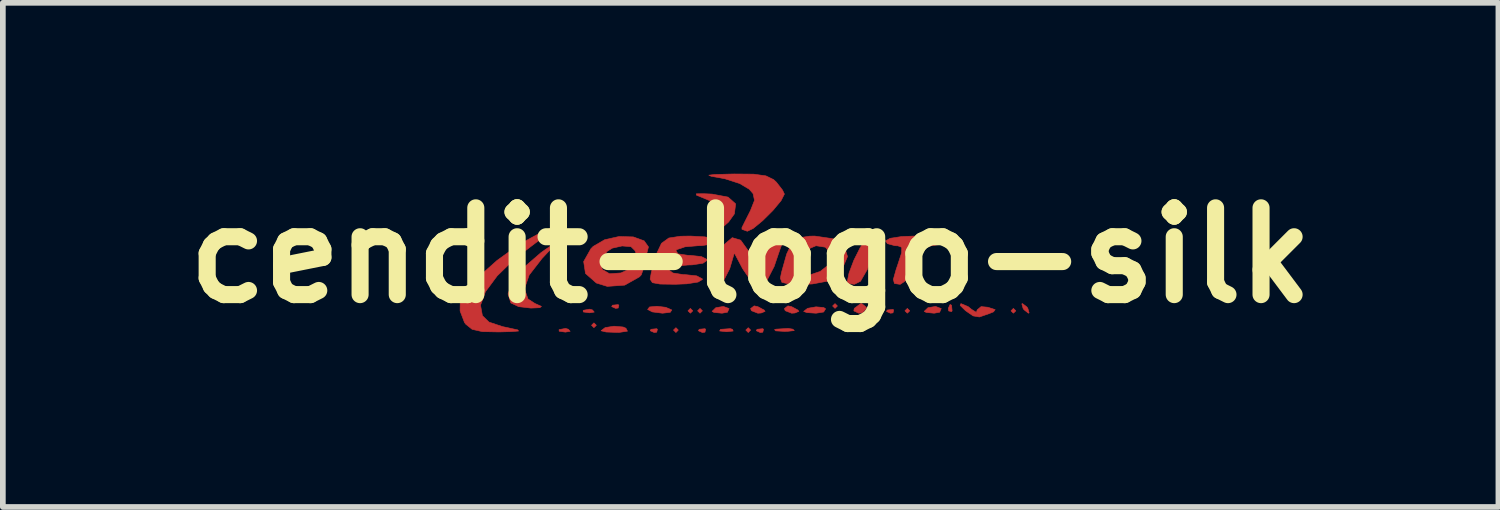
<source format=kicad_pcb>
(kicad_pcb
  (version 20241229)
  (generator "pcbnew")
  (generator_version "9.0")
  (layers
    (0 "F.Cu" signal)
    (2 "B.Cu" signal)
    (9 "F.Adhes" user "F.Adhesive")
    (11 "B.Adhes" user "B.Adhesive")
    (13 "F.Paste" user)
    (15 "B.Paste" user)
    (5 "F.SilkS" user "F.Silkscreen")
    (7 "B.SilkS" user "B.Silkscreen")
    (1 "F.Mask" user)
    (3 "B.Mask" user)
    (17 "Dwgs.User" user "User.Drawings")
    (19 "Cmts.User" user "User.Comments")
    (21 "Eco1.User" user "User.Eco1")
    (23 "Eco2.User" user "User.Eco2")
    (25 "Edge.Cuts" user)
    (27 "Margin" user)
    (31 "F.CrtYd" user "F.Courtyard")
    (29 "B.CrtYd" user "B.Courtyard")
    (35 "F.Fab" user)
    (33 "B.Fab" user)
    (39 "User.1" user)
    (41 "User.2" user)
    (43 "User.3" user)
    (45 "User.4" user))
  (footprint "cendit-logo-silk"
    (layer "F.Cu")
    (at 10.131 1.434)
    (property "Reference" "cendit-logo-silk" (at 0 0 0) (layer "F.SilkS") (effects (font (size 1.524 1.524) (thickness 0.3))))
    (attr through_hole)
    (fp_poly (pts (xy -2.709 1.228) (xy -2.752 1.27) (xy -2.794 1.228) (xy -2.752 1.185) (xy -2.709 1.228)) (stroke (width 0.01) (type solid)) (fill yes) (layer "F.Cu"))
    (fp_poly (pts (xy -1.27 1.312) (xy -1.312 1.355) (xy -1.355 1.312) (xy -1.312 1.27) (xy -1.27 1.312)) (stroke (width 0.01) (type solid)) (fill yes) (layer "F.Cu"))
    (fp_poly (pts (xy -1.016 0.974) (xy -1.058 1.016) (xy -1.101 0.974) (xy -1.058 0.931) (xy -1.016 0.974)) (stroke (width 0.01) (type solid)) (fill yes) (layer "F.Cu"))
    (fp_poly (pts (xy -0.847 0.974) (xy -0.889 1.016) (xy -0.931 0.974) (xy -0.889 0.931) (xy -0.847 0.974)) (stroke (width 0.01) (type solid)) (fill yes) (layer "F.Cu"))
    (fp_poly (pts (xy 0 1.312) (xy -0.042 1.355) (xy -0.085 1.312) (xy -0.042 1.27) (xy 0 1.312)) (stroke (width 0.01) (type solid)) (fill yes) (layer "F.Cu"))
    (fp_poly (pts (xy 1.524 0.889) (xy 1.482 0.931) (xy 1.439 0.889) (xy 1.482 0.847) (xy 1.524 0.889)) (stroke (width 0.01) (type solid)) (fill yes) (layer "F.Cu"))
    (fp_poly (pts (xy 2.794 0.974) (xy 2.752 1.016) (xy 2.709 0.974) (xy 2.752 0.931) (xy 2.794 0.974)) (stroke (width 0.01) (type solid)) (fill yes) (layer "F.Cu"))
    (fp_poly (pts (xy 4.657 0.974) (xy 4.614 1.016) (xy 4.572 0.974) (xy 4.614 0.931) (xy 4.657 0.974)) (stroke (width 0.01) (type solid)) (fill yes) (layer "F.Cu"))
    (fp_poly (pts (xy -3.201 1.297) (xy -3.169 1.334) (xy -3.253 1.348) (xy -3.362 1.332) (xy -3.364 1.304) (xy -3.25 1.283) (xy -3.201 1.297)) (stroke (width 0.01) (type solid)) (fill yes) (layer "F.Cu"))
    (fp_poly (pts (xy -2.778 0.958) (xy -2.746 0.996) (xy -2.829 1.009) (xy -2.939 0.994) (xy -2.94 0.965) (xy -2.827 0.945) (xy -2.778 0.958)) (stroke (width 0.01) (type solid)) (fill yes) (layer "F.Cu"))
    (fp_poly (pts (xy -2.314 0.875) (xy -2.326 0.925) (xy -2.371 0.931) (xy -2.44 0.9) (xy -2.427 0.875) (xy -2.327 0.865) (xy -2.314 0.875)) (stroke (width 0.01) (type solid)) (fill yes) (layer "F.Cu"))
    (fp_poly (pts (xy -1.637 1.298) (xy -1.649 1.349) (xy -1.693 1.355) (xy -1.763 1.324) (xy -1.75 1.298) (xy -1.649 1.288) (xy -1.637 1.298)) (stroke (width 0.01) (type solid)) (fill yes) (layer "F.Cu"))
    (fp_poly (pts (xy -0.79 1.298) (xy -0.802 1.349) (xy -0.847 1.355) (xy -0.916 1.324) (xy -0.903 1.298) (xy -0.803 1.288) (xy -0.79 1.298)) (stroke (width 0.01) (type solid)) (fill yes) (layer "F.Cu"))
    (fp_poly (pts (xy -0.318 1.299) (xy -0.307 1.329) (xy -0.423 1.341) (xy -0.544 1.328) (xy -0.529 1.299) (xy -0.356 1.287) (xy -0.318 1.299)) (stroke (width 0.01) (type solid)) (fill yes) (layer "F.Cu"))
    (fp_poly (pts (xy 0.226 1.298) (xy 0.214 1.349) (xy 0.169 1.355) (xy 0.1 1.324) (xy 0.113 1.298) (xy 0.213 1.288) (xy 0.226 1.298)) (stroke (width 0.01) (type solid)) (fill yes) (layer "F.Cu"))
    (fp_poly (pts (xy 2.512 0.96) (xy 2.5 1.01) (xy 2.455 1.016) (xy 2.386 0.985) (xy 2.399 0.96) (xy 2.499 0.949) (xy 2.512 0.96)) (stroke (width 0.01) (type solid)) (fill yes) (layer "F.Cu"))
    (fp_poly (pts (xy 3.528 0.875) (xy 3.538 0.975) (xy 3.528 0.988) (xy 3.477 0.976) (xy 3.471 0.931) (xy 3.502 0.862) (xy 3.528 0.875)) (stroke (width 0.01) (type solid)) (fill yes) (layer "F.Cu"))
    (fp_poly (pts (xy -0.379 0.934) (xy -0.379 0.935) (xy -0.407 0.999) (xy -0.503 1.016) (xy -0.644 1.002) (xy -0.677 0.983) (xy -0.611 0.919) (xy -0.478 0.897) (xy -0.379 0.934)) (stroke (width 0.01) (type solid)) (fill yes) (layer "F.Cu"))
    (fp_poly (pts (xy 0.127 0.901) (xy 0.238 0.961) (xy 0.254 0.983) (xy 0.185 1.012) (xy 0.127 1.016) (xy 0.014 0.972) (xy 0 0.934) (xy 0.062 0.887) (xy 0.127 0.901)) (stroke (width 0.01) (type solid)) (fill yes) (layer "F.Cu"))
    (fp_poly (pts (xy 0.72 0.901) (xy 0.831 0.961) (xy 0.847 0.983) (xy 0.778 1.012) (xy 0.72 1.016) (xy 0.607 0.972) (xy 0.593 0.934) (xy 0.655 0.887) (xy 0.72 0.901)) (stroke (width 0.01) (type solid)) (fill yes) (layer "F.Cu"))
    (fp_poly (pts (xy 0.741 1.296) (xy 0.767 1.321) (xy 0.65 1.334) (xy 0.593 1.335) (xy 0.439 1.326) (xy 0.42 1.304) (xy 0.445 1.296) (xy 0.659 1.283) (xy 0.741 1.296)) (stroke (width 0.01) (type solid)) (fill yes) (layer "F.Cu"))
    (fp_poly (pts (xy 1.283 0.916) (xy 1.317 0.939) (xy 1.282 0.995) (xy 1.148 1.016) (xy 0.986 1.005) (xy 0.931 0.984) (xy 1 0.93) (xy 1.148 0.904) (xy 1.283 0.916)) (stroke (width 0.01) (type solid)) (fill yes) (layer "F.Cu"))
    (fp_poly (pts (xy 2.03 0.911) (xy 2.032 0.931) (xy 1.963 1.006) (xy 1.9 1.016) (xy 1.812 0.975) (xy 1.82 0.931) (xy 1.929 0.85) (xy 1.952 0.847) (xy 2.03 0.911)) (stroke (width 0.01) (type solid)) (fill yes) (layer "F.Cu"))
    (fp_poly (pts (xy 3.346 0.934) (xy 3.347 0.935) (xy 3.319 0.999) (xy 3.222 1.016) (xy 3.082 1.002) (xy 3.048 0.983) (xy 3.115 0.919) (xy 3.248 0.897) (xy 3.346 0.934)) (stroke (width 0.01) (type solid)) (fill yes) (layer "F.Cu"))
    (fp_poly (pts (xy 4.851 0.906) (xy 4.868 0.931) (xy 4.89 1.01) (xy 4.878 1.016) (xy 4.801 0.956) (xy 4.784 0.931) (xy 4.762 0.852) (xy 4.774 0.847) (xy 4.851 0.906)) (stroke (width 0.01) (type solid)) (fill yes) (layer "F.Cu"))
    (fp_poly (pts (xy -1.491 0.912) (xy -1.384 0.959) (xy -1.384 0.959) (xy -1.411 1) (xy -1.547 1.016) (xy -1.727 0.993) (xy -1.809 0.95) (xy -1.775 0.906) (xy -1.645 0.894) (xy -1.491 0.912)) (stroke (width 0.01) (type solid)) (fill yes) (layer "F.Cu"))
    (fp_poly (pts (xy -2.239 1.258) (xy -2.19 1.279) (xy -2.163 1.331) (xy -2.3 1.352) (xy -2.349 1.353) (xy -2.537 1.346) (xy -2.624 1.325) (xy -2.625 1.322) (xy -2.554 1.268) (xy -2.399 1.244) (xy -2.239 1.258)) (stroke (width 0.01) (type solid)) (fill yes) (layer "F.Cu"))
    (fp_poly (pts (xy 2.179 -0.292) (xy 2.168 -0.131) (xy 2.168 -0.131) (xy 2.051 0.244) (xy 1.929 0.455) (xy 1.822 0.508) (xy 1.708 0.493) (xy 1.693 0.481) (xy 1.728 0.309) (xy 1.813 0.085) (xy 1.923 -0.134) (xy 2.028 -0.293) (xy 2.091 -0.339) (xy 2.179 -0.292)) (stroke (width 0.01) (type solid)) (fill yes) (layer "F.Cu"))
    (fp_poly (pts (xy 3.82 0.9) (xy 3.878 0.948) (xy 3.964 1.001) (xy 3.979 0.956) (xy 4.047 0.9) (xy 4.165 0.911) (xy 4.294 0.953) (xy 4.265 0.992) (xy 4.186 1.024) (xy 4.017 1.082) (xy 3.906 1.063) (xy 3.773 0.971) (xy 3.679 0.879) (xy 3.692 0.847) (xy 3.82 0.9)) (stroke (width 0.01) (type solid)) (fill yes) (layer "F.Cu"))
    (fp_poly (pts (xy -0.678 -1.076) (xy -0.396 -1.023) (xy -0.263 -0.904) (xy -0.285 -0.729) (xy -0.387 -0.586) (xy -0.545 -0.446) (xy -0.629 -0.456) (xy -0.634 -0.615) (xy -0.624 -0.667) (xy -0.613 -0.851) (xy -0.705 -0.954) (xy -0.817 -1.002) (xy -0.951 -1.057) (xy -0.955 -1.081) (xy -0.813 -1.082) (xy -0.678 -1.076)) (stroke (width 0.01) (type solid)) (fill yes) (layer "F.Cu"))
    (fp_poly (pts (xy -3.519 -0.099) (xy -3.662 0.053) (xy -3.889 0.346) (xy -3.972 0.588) (xy -3.909 0.766) (xy -3.789 0.844) (xy -3.673 0.897) (xy -3.701 0.919) (xy -3.857 0.926) (xy -4.072 0.901) (xy -4.21 0.836) (xy -4.26 0.677) (xy -4.179 0.461) (xy -3.981 0.211) (xy -3.682 -0.047) (xy -3.598 -0.107) (xy -3.466 -0.194) (xy -3.438 -0.195) (xy -3.519 -0.099)) (stroke (width 0.01) (type solid)) (fill yes) (layer "F.Cu"))
    (fp_poly (pts (xy 3.149 -0.326) (xy 3.333 -0.292) (xy 3.387 -0.254) (xy 3.314 -0.19) (xy 3.178 -0.169) (xy 3.032 -0.137) (xy 2.934 -0.013) (xy 2.869 0.169) (xy 2.761 0.417) (xy 2.631 0.507) (xy 2.615 0.508) (xy 2.525 0.494) (xy 2.506 0.423) (xy 2.554 0.251) (xy 2.582 0.169) (xy 2.651 -0.043) (xy 2.654 -0.141) (xy 2.584 -0.168) (xy 2.536 -0.169) (xy 2.401 -0.206) (xy 2.371 -0.254) (xy 2.448 -0.299) (xy 2.649 -0.33) (xy 2.879 -0.339) (xy 3.149 -0.326)) (stroke (width 0.01) (type solid)) (fill yes) (layer "F.Cu"))
    (fp_poly (pts (xy 0.052 -1.426) (xy 0.268 -1.396) (xy 0.404 -1.33) (xy 0.453 -1.284) (xy 0.56 -1.146) (xy 0.593 -1.076) (xy 0.534 -0.96) (xy 0.391 -0.788) (xy 0.211 -0.609) (xy 0.043 -0.471) (xy -0.058 -0.423) (xy -0.152 -0.457) (xy -0.153 -0.487) (xy -0.096 -0.602) (xy -0.003 -0.786) (xy 0.068 -0.966) (xy 0.043 -1.084) (xy -0.024 -1.161) (xy -0.194 -1.262) (xy -0.446 -1.343) (xy -0.526 -1.359) (xy -0.694 -1.389) (xy -0.734 -1.408) (xy -0.633 -1.42) (xy -0.378 -1.427) (xy -0.288 -1.429) (xy 0.052 -1.426)) (stroke (width 0.01) (type solid)) (fill yes) (layer "F.Cu"))
    (fp_poly (pts (xy 0.566 -0.288) (xy 0.563 -0.233) (xy 0.509 -0.087) (xy 0.432 0.139) (xy 0.415 0.191) (xy 0.292 0.43) (xy 0.143 0.504) (xy -0.019 0.412) (xy -0.141 0.233) (xy -0.286 -0.042) (xy -0.367 0.233) (xy -0.477 0.449) (xy -0.603 0.508) (xy -0.691 0.498) (xy -0.717 0.442) (xy -0.68 0.299) (xy -0.61 0.107) (xy -0.468 -0.187) (xy -0.323 -0.311) (xy -0.175 -0.267) (xy -0.033 -0.069) (xy 0.113 0.212) (xy 0.226 -0.064) (xy 0.336 -0.248) (xy 0.458 -0.337) (xy 0.473 -0.339) (xy 0.566 -0.288)) (stroke (width 0.01) (type solid)) (fill yes) (layer "F.Cu"))
    (fp_poly (pts (xy -2.061 -0.324) (xy -1.87 -0.255) (xy -1.794 -0.148) (xy -1.827 -0.022) (xy -1.899 0) (xy -2.015 -0.044) (xy -2.032 -0.085) (xy -2.1 -0.152) (xy -2.256 -0.165) (xy -2.428 -0.127) (xy -2.523 -0.068) (xy -2.632 0.109) (xy -2.606 0.248) (xy -2.477 0.323) (xy -2.279 0.309) (xy -2.119 0.236) (xy -1.958 0.18) (xy -1.879 0.225) (xy -1.92 0.342) (xy -1.952 0.377) (xy -2.211 0.523) (xy -2.517 0.545) (xy -2.709 0.486) (xy -2.9 0.318) (xy -2.932 0.109) (xy -2.805 -0.116) (xy -2.765 -0.157) (xy -2.562 -0.275) (xy -2.31 -0.331) (xy -2.061 -0.324)) (stroke (width 0.01) (type solid)) (fill yes) (layer "F.Cu"))
    (fp_poly (pts (xy -3.436 -0.487) (xy -3.521 -0.402) (xy -3.748 -0.238) (xy -3.773 -0.221) (xy -4.148 0.065) (xy -4.451 0.361) (xy -4.657 0.639) (xy -4.741 0.869) (xy -4.741 0.887) (xy -4.71 1.059) (xy -4.594 1.172) (xy -4.357 1.251) (xy -4.236 1.277) (xy -4.089 1.309) (xy -4.076 1.329) (xy -4.209 1.339) (xy -4.419 1.345) (xy -4.713 1.339) (xy -4.89 1.299) (xy -5.002 1.209) (xy -5.024 1.18) (xy -5.102 0.976) (xy -5.1 0.828) (xy -4.986 0.619) (xy -4.759 0.362) (xy -4.456 0.092) (xy -4.113 -0.157) (xy -3.962 -0.249) (xy -3.664 -0.411) (xy -3.487 -0.49) (xy -3.436 -0.487)) (stroke (width 0.01) (type solid)) (fill yes) (layer "F.Cu"))
    (fp_poly (pts (xy 1.447 -0.292) (xy 1.644 -0.165) (xy 1.701 0.021) (xy 1.606 0.244) (xy 1.524 0.339) (xy 1.345 0.454) (xy 1.081 0.503) (xy 0.922 0.508) (xy 0.67 0.503) (xy 0.549 0.474) (xy 0.522 0.401) (xy 0.542 0.3) (xy 0.549 0.275) (xy 0.848 0.275) (xy 0.91 0.341) (xy 1.056 0.338) (xy 1.222 0.282) (xy 1.345 0.185) (xy 1.356 0.168) (xy 1.408 -0.03) (xy 1.313 -0.143) (xy 1.148 -0.169) (xy 0.971 -0.094) (xy 0.867 0.113) (xy 0.848 0.275) (xy 0.549 0.275) (xy 0.633 -0.024) (xy 0.724 -0.215) (xy 0.848 -0.308) (xy 1.035 -0.337) (xy 1.124 -0.339) (xy 1.447 -0.292)) (stroke (width 0.01) (type solid)) (fill yes) (layer "F.Cu"))
    (fp_poly (pts (xy -0.805 -0.325) (xy -0.635 -0.289) (xy -0.593 -0.254) (xy -0.668 -0.201) (xy -0.855 -0.171) (xy -0.926 -0.169) (xy -1.152 -0.15) (xy -1.296 -0.101) (xy -1.312 -0.085) (xy -1.277 -0.027) (xy -1.104 -0.001) (xy -1.063 0) (xy -0.865 0.021) (xy -0.765 0.073) (xy -0.762 0.085) (xy -0.837 0.138) (xy -1.025 0.167) (xy -1.101 0.169) (xy -1.313 0.188) (xy -1.431 0.235) (xy -1.439 0.254) (xy -1.365 0.31) (xy -1.182 0.338) (xy -1.143 0.339) (xy -0.947 0.36) (xy -0.849 0.412) (xy -0.847 0.423) (xy -0.923 0.469) (xy -1.121 0.5) (xy -1.322 0.508) (xy -1.59 0.504) (xy -1.725 0.48) (xy -1.765 0.418) (xy -1.744 0.3) (xy -1.655 -0.022) (xy -1.565 -0.212) (xy -1.436 -0.305) (xy -1.231 -0.336) (xy -1.06 -0.339) (xy -0.805 -0.325)) (stroke (width 0.01) (type solid)) (fill yes) (layer "F.Cu")))
  (gr_rect
    (start -3 -3)
    (end 23.262 5.852)
    (stroke (width 0.1) (type default))
    (fill no)
    (layer "Edge.Cuts")))
</source>
